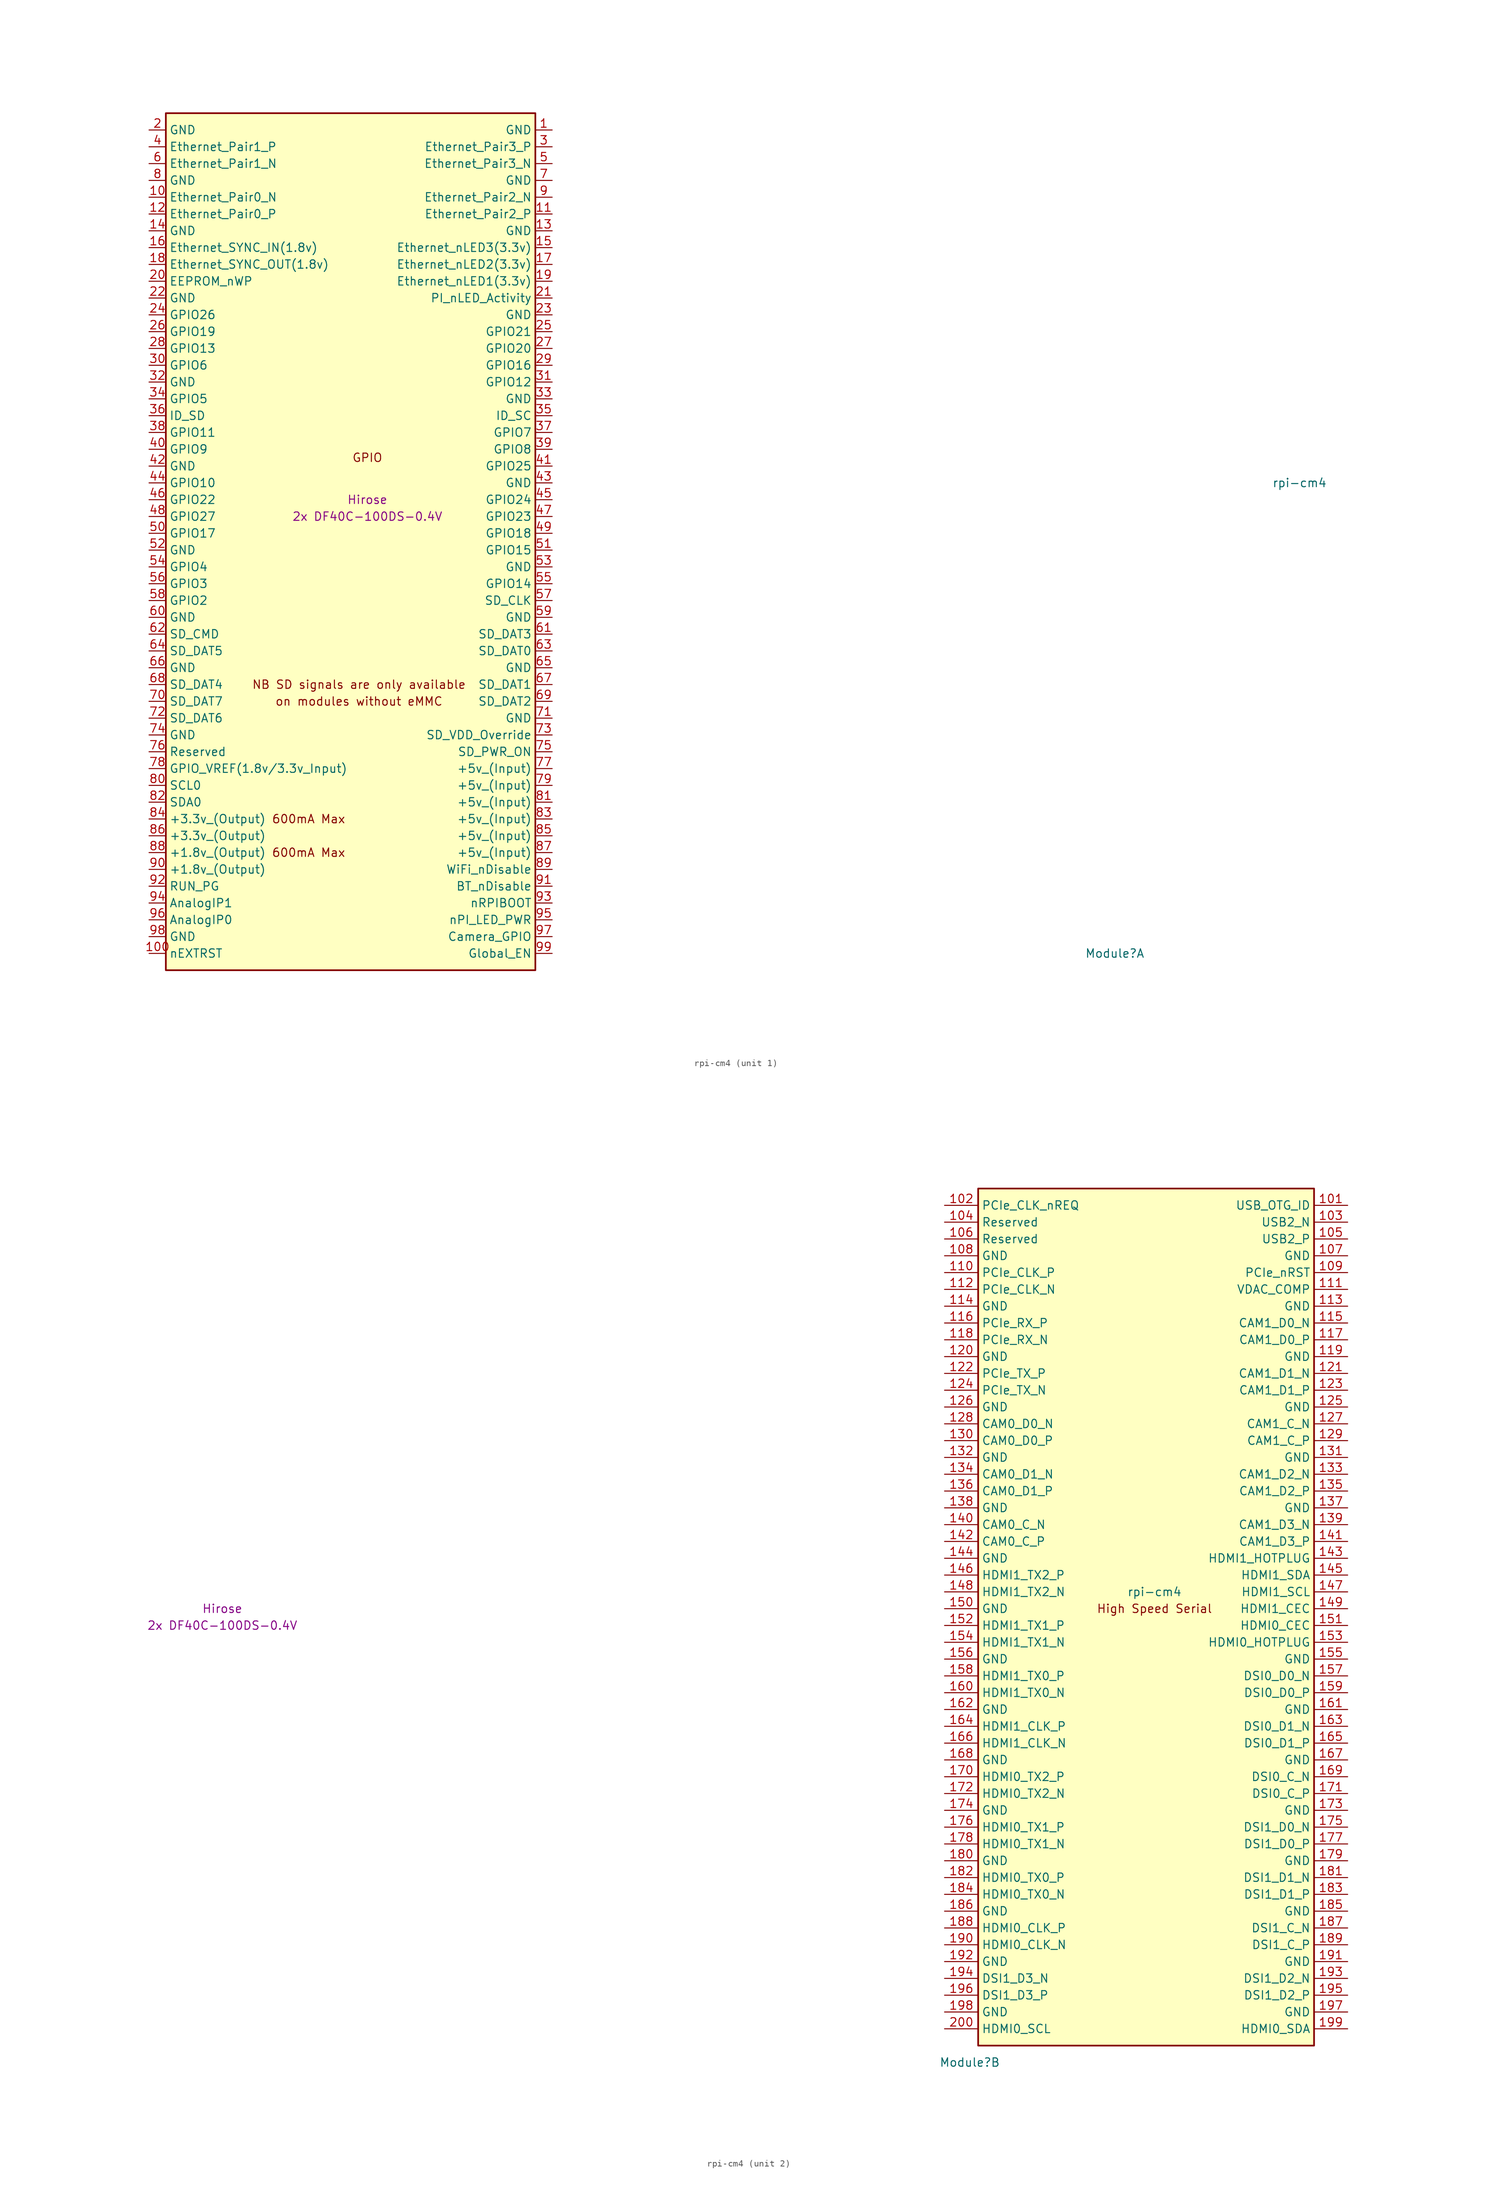
<source format=kicad_sym>
(kicad_symbol_lib
  (version 20241209)
  (generator "kicad_symbol_editor")
  (generator_version "9.0")
  (symbol "rpi-cm4"
    (property "Reference" "Module"
      (at 113.03 -68.58 0)
      (effects (font (size 1.27 1.27))))
    (property "Value" "rpi-cm4"
      (at 140.97 2.54 0)
      (effects (font (size 1.27 1.27))))
    (property "Field4" "Hirose"
      (at 0 0 0)
      (effects (font (size 1.27 1.27))))
    (property "Field5" "2x DF40C-100DS-0.4V"
      (at 0 -2.54 0)
      (effects (font (size 1.27 1.27))))
    (symbol "rpi-cm4_1_0"
      (text "GPIO" (at 0 6.35 0) (effects (font (size 1.27 1.27)))))
    (symbol "rpi-cm4_1_1"
      (rectangle (start -30.48 58.42) (end 25.4 -71.12) (stroke (width 0.254) (type solid)) (fill (type background)))
      (text "600mA Max" (at -8.89 -48.26 0) (effects (font (size 1.27 1.27))))
      (text "600mA Max" (at -8.89 -53.34 0) (effects (font (size 1.27 1.27))))
      (text "NB SD signals are only available" (at -1.27 -27.94 0) (effects (font (size 1.27 1.27))))
      (text "on modules without eMMC" (at -1.27 -30.48 0) (effects (font (size 1.27 1.27))))
      (pin power_in line (at -33.02 55.88 0) (length 2.54) (name "GND" (effects (font (size 1.27 1.27)))) (number "2" (effects (font (size 1.27 1.27)))))
      (pin passive line (at -33.02 53.34 0) (length 2.54) (name "Ethernet_Pair1_P" (effects (font (size 1.27 1.27)))) (number "4" (effects (font (size 1.27 1.27)))))
      (pin passive line (at -33.02 50.8 0) (length 2.54) (name "Ethernet_Pair1_N" (effects (font (size 1.27 1.27)))) (number "6" (effects (font (size 1.27 1.27)))))
      (pin power_in line (at -33.02 48.26 0) (length 2.54) (name "GND" (effects (font (size 1.27 1.27)))) (number "8" (effects (font (size 1.27 1.27)))))
      (pin passive line (at -33.02 45.72 0) (length 2.54) (name "Ethernet_Pair0_N" (effects (font (size 1.27 1.27)))) (number "10" (effects (font (size 1.27 1.27)))))
      (pin passive line (at -33.02 43.18 0) (length 2.54) (name "Ethernet_Pair0_P" (effects (font (size 1.27 1.27)))) (number "12" (effects (font (size 1.27 1.27)))))
      (pin power_in line (at -33.02 40.64 0) (length 2.54) (name "GND" (effects (font (size 1.27 1.27)))) (number "14" (effects (font (size 1.27 1.27)))))
      (pin input line (at -33.02 38.1 0) (length 2.54) (name "Ethernet_SYNC_IN(1.8v)" (effects (font (size 1.27 1.27)))) (number "16" (effects (font (size 1.27 1.27)))))
      (pin input line (at -33.02 35.56 0) (length 2.54) (name "Ethernet_SYNC_OUT(1.8v)" (effects (font (size 1.27 1.27)))) (number "18" (effects (font (size 1.27 1.27)))))
      (pin passive line (at -33.02 33.02 0) (length 2.54) (name "EEPROM_nWP" (effects (font (size 1.27 1.27)))) (number "20" (effects (font (size 1.27 1.27)))))
      (pin power_in line (at -33.02 30.48 0) (length 2.54) (name "GND" (effects (font (size 1.27 1.27)))) (number "22" (effects (font (size 1.27 1.27)))))
      (pin passive line (at -33.02 27.94 0) (length 2.54) (name "GPIO26" (effects (font (size 1.27 1.27)))) (number "24" (effects (font (size 1.27 1.27)))))
      (pin passive line (at -33.02 25.4 0) (length 2.54) (name "GPIO19" (effects (font (size 1.27 1.27)))) (number "26" (effects (font (size 1.27 1.27)))))
      (pin passive line (at -33.02 22.86 0) (length 2.54) (name "GPIO13" (effects (font (size 1.27 1.27)))) (number "28" (effects (font (size 1.27 1.27)))))
      (pin passive line (at -33.02 20.32 0) (length 2.54) (name "GPIO6" (effects (font (size 1.27 1.27)))) (number "30" (effects (font (size 1.27 1.27)))))
      (pin power_in line (at -33.02 17.78 0) (length 2.54) (name "GND" (effects (font (size 1.27 1.27)))) (number "32" (effects (font (size 1.27 1.27)))))
      (pin passive line (at -33.02 15.24 0) (length 2.54) (name "GPIO5" (effects (font (size 1.27 1.27)))) (number "34" (effects (font (size 1.27 1.27)))))
      (pin passive line (at -33.02 12.7 0) (length 2.54) (name "ID_SD" (effects (font (size 1.27 1.27)))) (number "36" (effects (font (size 1.27 1.27)))))
      (pin passive line (at -33.02 10.16 0) (length 2.54) (name "GPIO11" (effects (font (size 1.27 1.27)))) (number "38" (effects (font (size 1.27 1.27)))))
      (pin passive line (at -33.02 7.62 0) (length 2.54) (name "GPIO9" (effects (font (size 1.27 1.27)))) (number "40" (effects (font (size 1.27 1.27)))))
      (pin power_in line (at -33.02 5.08 0) (length 2.54) (name "GND" (effects (font (size 1.27 1.27)))) (number "42" (effects (font (size 1.27 1.27)))))
      (pin passive line (at -33.02 2.54 0) (length 2.54) (name "GPIO10" (effects (font (size 1.27 1.27)))) (number "44" (effects (font (size 1.27 1.27)))))
      (pin passive line (at -33.02 0 0) (length 2.54) (name "GPIO22" (effects (font (size 1.27 1.27)))) (number "46" (effects (font (size 1.27 1.27)))))
      (pin passive line (at -33.02 -2.54 0) (length 2.54) (name "GPIO27" (effects (font (size 1.27 1.27)))) (number "48" (effects (font (size 1.27 1.27)))))
      (pin passive line (at -33.02 -5.08 0) (length 2.54) (name "GPIO17" (effects (font (size 1.27 1.27)))) (number "50" (effects (font (size 1.27 1.27)))))
      (pin power_in line (at -33.02 -7.62 0) (length 2.54) (name "GND" (effects (font (size 1.27 1.27)))) (number "52" (effects (font (size 1.27 1.27)))))
      (pin passive line (at -33.02 -10.16 0) (length 2.54) (name "GPIO4" (effects (font (size 1.27 1.27)))) (number "54" (effects (font (size 1.27 1.27)))))
      (pin passive line (at -33.02 -12.7 0) (length 2.54) (name "GPIO3" (effects (font (size 1.27 1.27)))) (number "56" (effects (font (size 1.27 1.27)))))
      (pin passive line (at -33.02 -15.24 0) (length 2.54) (name "GPIO2" (effects (font (size 1.27 1.27)))) (number "58" (effects (font (size 1.27 1.27)))))
      (pin power_in line (at -33.02 -17.78 0) (length 2.54) (name "GND" (effects (font (size 1.27 1.27)))) (number "60" (effects (font (size 1.27 1.27)))))
      (pin passive line (at -33.02 -20.32 0) (length 2.54) (name "SD_CMD" (effects (font (size 1.27 1.27)))) (number "62" (effects (font (size 1.27 1.27)))))
      (pin passive line (at -33.02 -22.86 0) (length 2.54) (name "SD_DAT5" (effects (font (size 1.27 1.27)))) (number "64" (effects (font (size 1.27 1.27)))))
      (pin power_in line (at -33.02 -25.4 0) (length 2.54) (name "GND" (effects (font (size 1.27 1.27)))) (number "66" (effects (font (size 1.27 1.27)))))
      (pin passive line (at -33.02 -27.94 0) (length 2.54) (name "SD_DAT4" (effects (font (size 1.27 1.27)))) (number "68" (effects (font (size 1.27 1.27)))))
      (pin passive line (at -33.02 -30.48 0) (length 2.54) (name "SD_DAT7" (effects (font (size 1.27 1.27)))) (number "70" (effects (font (size 1.27 1.27)))))
      (pin passive line (at -33.02 -33.02 0) (length 2.54) (name "SD_DAT6" (effects (font (size 1.27 1.27)))) (number "72" (effects (font (size 1.27 1.27)))))
      (pin power_in line (at -33.02 -35.56 0) (length 2.54) (name "GND" (effects (font (size 1.27 1.27)))) (number "74" (effects (font (size 1.27 1.27)))))
      (pin passive line (at -33.02 -38.1 0) (length 2.54) (name "Reserved" (effects (font (size 1.27 1.27)))) (number "76" (effects (font (size 1.27 1.27)))))
      (pin power_in line (at -33.02 -40.64 0) (length 2.54) (name "GPIO_VREF(1.8v/3.3v_Input)" (effects (font (size 1.27 1.27)))) (number "78" (effects (font (size 1.27 1.27)))))
      (pin passive line (at -33.02 -43.18 0) (length 2.54) (name "SCL0" (effects (font (size 1.27 1.27)))) (number "80" (effects (font (size 1.27 1.27)))))
      (pin passive line (at -33.02 -45.72 0) (length 2.54) (name "SDA0" (effects (font (size 1.27 1.27)))) (number "82" (effects (font (size 1.27 1.27)))))
      (pin power_out line (at -33.02 -48.26 0) (length 2.54) (name "+3.3v_(Output)" (effects (font (size 1.27 1.27)))) (number "84" (effects (font (size 1.27 1.27)))))
      (pin power_out line (at -33.02 -50.8 0) (length 2.54) (name "+3.3v_(Output)" (effects (font (size 1.27 1.27)))) (number "86" (effects (font (size 1.27 1.27)))))
      (pin power_out line (at -33.02 -53.34 0) (length 2.54) (name "+1.8v_(Output)" (effects (font (size 1.27 1.27)))) (number "88" (effects (font (size 1.27 1.27)))))
      (pin power_out line (at -33.02 -55.88 0) (length 2.54) (name "+1.8v_(Output)" (effects (font (size 1.27 1.27)))) (number "90" (effects (font (size 1.27 1.27)))))
      (pin passive line (at -33.02 -58.42 0) (length 2.54) (name "RUN_PG" (effects (font (size 1.27 1.27)))) (number "92" (effects (font (size 1.27 1.27)))))
      (pin passive line (at -33.02 -60.96 0) (length 2.54) (name "AnalogIP1" (effects (font (size 1.27 1.27)))) (number "94" (effects (font (size 1.27 1.27)))))
      (pin passive line (at -33.02 -63.5 0) (length 2.54) (name "AnalogIP0" (effects (font (size 1.27 1.27)))) (number "96" (effects (font (size 1.27 1.27)))))
      (pin power_in line (at -33.02 -66.04 0) (length 2.54) (name "GND" (effects (font (size 1.27 1.27)))) (number "98" (effects (font (size 1.27 1.27)))))
      (pin output line (at -33.02 -68.58 0) (length 2.54) (name "nEXTRST" (effects (font (size 1.27 1.27)))) (number "100" (effects (font (size 1.27 1.27)))))
      (pin power_in line (at 27.94 55.88 180) (length 2.54) (name "GND" (effects (font (size 1.27 1.27)))) (number "1" (effects (font (size 1.27 1.27)))))
      (pin passive line (at 27.94 53.34 180) (length 2.54) (name "Ethernet_Pair3_P" (effects (font (size 1.27 1.27)))) (number "3" (effects (font (size 1.27 1.27)))))
      (pin passive line (at 27.94 50.8 180) (length 2.54) (name "Ethernet_Pair3_N" (effects (font (size 1.27 1.27)))) (number "5" (effects (font (size 1.27 1.27)))))
      (pin power_in line (at 27.94 48.26 180) (length 2.54) (name "GND" (effects (font (size 1.27 1.27)))) (number "7" (effects (font (size 1.27 1.27)))))
      (pin passive line (at 27.94 45.72 180) (length 2.54) (name "Ethernet_Pair2_N" (effects (font (size 1.27 1.27)))) (number "9" (effects (font (size 1.27 1.27)))))
      (pin passive line (at 27.94 43.18 180) (length 2.54) (name "Ethernet_Pair2_P" (effects (font (size 1.27 1.27)))) (number "11" (effects (font (size 1.27 1.27)))))
      (pin power_in line (at 27.94 40.64 180) (length 2.54) (name "GND" (effects (font (size 1.27 1.27)))) (number "13" (effects (font (size 1.27 1.27)))))
      (pin output line (at 27.94 38.1 180) (length 2.54) (name "Ethernet_nLED3(3.3v)" (effects (font (size 1.27 1.27)))) (number "15" (effects (font (size 1.27 1.27)))))
      (pin output line (at 27.94 35.56 180) (length 2.54) (name "Ethernet_nLED2(3.3v)" (effects (font (size 1.27 1.27)))) (number "17" (effects (font (size 1.27 1.27)))))
      (pin output line (at 27.94 33.02 180) (length 2.54) (name "Ethernet_nLED1(3.3v)" (effects (font (size 1.27 1.27)))) (number "19" (effects (font (size 1.27 1.27)))))
      (pin open_collector line (at 27.94 30.48 180) (length 2.54) (name "PI_nLED_Activity" (effects (font (size 1.27 1.27)))) (number "21" (effects (font (size 1.27 1.27)))))
      (pin power_in line (at 27.94 27.94 180) (length 2.54) (name "GND" (effects (font (size 1.27 1.27)))) (number "23" (effects (font (size 1.27 1.27)))))
      (pin passive line (at 27.94 25.4 180) (length 2.54) (name "GPIO21" (effects (font (size 1.27 1.27)))) (number "25" (effects (font (size 1.27 1.27)))))
      (pin passive line (at 27.94 22.86 180) (length 2.54) (name "GPIO20" (effects (font (size 1.27 1.27)))) (number "27" (effects (font (size 1.27 1.27)))))
      (pin passive line (at 27.94 20.32 180) (length 2.54) (name "GPIO16" (effects (font (size 1.27 1.27)))) (number "29" (effects (font (size 1.27 1.27)))))
      (pin passive line (at 27.94 17.78 180) (length 2.54) (name "GPIO12" (effects (font (size 1.27 1.27)))) (number "31" (effects (font (size 1.27 1.27)))))
      (pin power_in line (at 27.94 15.24 180) (length 2.54) (name "GND" (effects (font (size 1.27 1.27)))) (number "33" (effects (font (size 1.27 1.27)))))
      (pin passive line (at 27.94 12.7 180) (length 2.54) (name "ID_SC" (effects (font (size 1.27 1.27)))) (number "35" (effects (font (size 1.27 1.27)))))
      (pin passive line (at 27.94 10.16 180) (length 2.54) (name "GPIO7" (effects (font (size 1.27 1.27)))) (number "37" (effects (font (size 1.27 1.27)))))
      (pin passive line (at 27.94 7.62 180) (length 2.54) (name "GPIO8" (effects (font (size 1.27 1.27)))) (number "39" (effects (font (size 1.27 1.27)))))
      (pin passive line (at 27.94 5.08 180) (length 2.54) (name "GPIO25" (effects (font (size 1.27 1.27)))) (number "41" (effects (font (size 1.27 1.27)))))
      (pin power_in line (at 27.94 2.54 180) (length 2.54) (name "GND" (effects (font (size 1.27 1.27)))) (number "43" (effects (font (size 1.27 1.27)))))
      (pin passive line (at 27.94 0 180) (length 2.54) (name "GPIO24" (effects (font (size 1.27 1.27)))) (number "45" (effects (font (size 1.27 1.27)))))
      (pin passive line (at 27.94 -2.54 180) (length 2.54) (name "GPIO23" (effects (font (size 1.27 1.27)))) (number "47" (effects (font (size 1.27 1.27)))))
      (pin passive line (at 27.94 -5.08 180) (length 2.54) (name "GPIO18" (effects (font (size 1.27 1.27)))) (number "49" (effects (font (size 1.27 1.27)))))
      (pin passive line (at 27.94 -7.62 180) (length 2.54) (name "GPIO15" (effects (font (size 1.27 1.27)))) (number "51" (effects (font (size 1.27 1.27)))))
      (pin power_in line (at 27.94 -10.16 180) (length 2.54) (name "GND" (effects (font (size 1.27 1.27)))) (number "53" (effects (font (size 1.27 1.27)))))
      (pin passive line (at 27.94 -12.7 180) (length 2.54) (name "GPIO14" (effects (font (size 1.27 1.27)))) (number "55" (effects (font (size 1.27 1.27)))))
      (pin passive line (at 27.94 -15.24 180) (length 2.54) (name "SD_CLK" (effects (font (size 1.27 1.27)))) (number "57" (effects (font (size 1.27 1.27)))))
      (pin power_in line (at 27.94 -17.78 180) (length 2.54) (name "GND" (effects (font (size 1.27 1.27)))) (number "59" (effects (font (size 1.27 1.27)))))
      (pin passive line (at 27.94 -20.32 180) (length 2.54) (name "SD_DAT3" (effects (font (size 1.27 1.27)))) (number "61" (effects (font (size 1.27 1.27)))))
      (pin passive line (at 27.94 -22.86 180) (length 2.54) (name "SD_DAT0" (effects (font (size 1.27 1.27)))) (number "63" (effects (font (size 1.27 1.27)))))
      (pin power_in line (at 27.94 -25.4 180) (length 2.54) (name "GND" (effects (font (size 1.27 1.27)))) (number "65" (effects (font (size 1.27 1.27)))))
      (pin passive line (at 27.94 -27.94 180) (length 2.54) (name "SD_DAT1" (effects (font (size 1.27 1.27)))) (number "67" (effects (font (size 1.27 1.27)))))
      (pin passive line (at 27.94 -30.48 180) (length 2.54) (name "SD_DAT2" (effects (font (size 1.27 1.27)))) (number "69" (effects (font (size 1.27 1.27)))))
      (pin power_in line (at 27.94 -33.02 180) (length 2.54) (name "GND" (effects (font (size 1.27 1.27)))) (number "71" (effects (font (size 1.27 1.27)))))
      (pin input line (at 27.94 -35.56 180) (length 2.54) (name "SD_VDD_Override" (effects (font (size 1.27 1.27)))) (number "73" (effects (font (size 1.27 1.27)))))
      (pin output line (at 27.94 -38.1 180) (length 2.54) (name "SD_PWR_ON" (effects (font (size 1.27 1.27)))) (number "75" (effects (font (size 1.27 1.27)))))
      (pin power_in line (at 27.94 -40.64 180) (length 2.54) (name "+5v_(Input)" (effects (font (size 1.27 1.27)))) (number "77" (effects (font (size 1.27 1.27)))))
      (pin power_in line (at 27.94 -43.18 180) (length 2.54) (name "+5v_(Input)" (effects (font (size 1.27 1.27)))) (number "79" (effects (font (size 1.27 1.27)))))
      (pin power_in line (at 27.94 -45.72 180) (length 2.54) (name "+5v_(Input)" (effects (font (size 1.27 1.27)))) (number "81" (effects (font (size 1.27 1.27)))))
      (pin power_in line (at 27.94 -48.26 180) (length 2.54) (name "+5v_(Input)" (effects (font (size 1.27 1.27)))) (number "83" (effects (font (size 1.27 1.27)))))
      (pin power_in line (at 27.94 -50.8 180) (length 2.54) (name "+5v_(Input)" (effects (font (size 1.27 1.27)))) (number "85" (effects (font (size 1.27 1.27)))))
      (pin power_in line (at 27.94 -53.34 180) (length 2.54) (name "+5v_(Input)" (effects (font (size 1.27 1.27)))) (number "87" (effects (font (size 1.27 1.27)))))
      (pin power_in line (at 27.94 -55.88 180) (length 2.54) (name "WiFi_nDisable" (effects (font (size 1.27 1.27)))) (number "89" (effects (font (size 1.27 1.27)))))
      (pin power_in line (at 27.94 -58.42 180) (length 2.54) (name "BT_nDisable" (effects (font (size 1.27 1.27)))) (number "91" (effects (font (size 1.27 1.27)))))
      (pin input line (at 27.94 -60.96 180) (length 2.54) (name "nRPIBOOT" (effects (font (size 1.27 1.27)))) (number "93" (effects (font (size 1.27 1.27)))))
      (pin output line (at 27.94 -63.5 180) (length 2.54) (name "nPI_LED_PWR" (effects (font (size 1.27 1.27)))) (number "95" (effects (font (size 1.27 1.27)))))
      (pin passive line (at 27.94 -66.04 180) (length 2.54) (name "Camera_GPIO" (effects (font (size 1.27 1.27)))) (number "97" (effects (font (size 1.27 1.27)))))
      (pin input line (at 27.94 -68.58 180) (length 2.54) (name "Global_EN" (effects (font (size 1.27 1.27)))) (number "99" (effects (font (size 1.27 1.27))))))
    (symbol "rpi-cm4_2_1"
      (rectangle (start 114.3 63.5) (end 165.1 -66.04) (stroke (width 0.254) (type solid)) (fill (type background)))
      (text "High Speed Serial" (at 140.97 0 0) (effects (font (size 1.27 1.27))))
      (pin input line (at 109.22 60.96 0) (length 5.08) (name "PCIe_CLK_nREQ" (effects (font (size 1.27 1.27)))) (number "102" (effects (font (size 1.27 1.27)))))
      (pin passive line (at 109.22 58.42 0) (length 5.08) (name "Reserved" (effects (font (size 1.27 1.27)))) (number "104" (effects (font (size 1.27 1.27)))))
      (pin passive line (at 109.22 55.88 0) (length 5.08) (name "Reserved" (effects (font (size 1.27 1.27)))) (number "106" (effects (font (size 1.27 1.27)))))
      (pin power_in line (at 109.22 53.34 0) (length 5.08) (name "GND" (effects (font (size 1.27 1.27)))) (number "108" (effects (font (size 1.27 1.27)))))
      (pin output line (at 109.22 50.8 0) (length 5.08) (name "PCIe_CLK_P" (effects (font (size 1.27 1.27)))) (number "110" (effects (font (size 1.27 1.27)))))
      (pin output line (at 109.22 48.26 0) (length 5.08) (name "PCIe_CLK_N" (effects (font (size 1.27 1.27)))) (number "112" (effects (font (size 1.27 1.27)))))
      (pin power_in line (at 109.22 45.72 0) (length 5.08) (name "GND" (effects (font (size 1.27 1.27)))) (number "114" (effects (font (size 1.27 1.27)))))
      (pin input line (at 109.22 43.18 0) (length 5.08) (name "PCIe_RX_P" (effects (font (size 1.27 1.27)))) (number "116" (effects (font (size 1.27 1.27)))))
      (pin input line (at 109.22 40.64 0) (length 5.08) (name "PCIe_RX_N" (effects (font (size 1.27 1.27)))) (number "118" (effects (font (size 1.27 1.27)))))
      (pin power_in line (at 109.22 38.1 0) (length 5.08) (name "GND" (effects (font (size 1.27 1.27)))) (number "120" (effects (font (size 1.27 1.27)))))
      (pin output line (at 109.22 35.56 0) (length 5.08) (name "PCIe_TX_P" (effects (font (size 1.27 1.27)))) (number "122" (effects (font (size 1.27 1.27)))))
      (pin output line (at 109.22 33.02 0) (length 5.08) (name "PCIe_TX_N" (effects (font (size 1.27 1.27)))) (number "124" (effects (font (size 1.27 1.27)))))
      (pin power_in line (at 109.22 30.48 0) (length 5.08) (name "GND" (effects (font (size 1.27 1.27)))) (number "126" (effects (font (size 1.27 1.27)))))
      (pin input line (at 109.22 27.94 0) (length 5.08) (name "CAM0_D0_N" (effects (font (size 1.27 1.27)))) (number "128" (effects (font (size 1.27 1.27)))))
      (pin input line (at 109.22 25.4 0) (length 5.08) (name "CAM0_D0_P" (effects (font (size 1.27 1.27)))) (number "130" (effects (font (size 1.27 1.27)))))
      (pin power_in line (at 109.22 22.86 0) (length 5.08) (name "GND" (effects (font (size 1.27 1.27)))) (number "132" (effects (font (size 1.27 1.27)))))
      (pin input line (at 109.22 20.32 0) (length 5.08) (name "CAM0_D1_N" (effects (font (size 1.27 1.27)))) (number "134" (effects (font (size 1.27 1.27)))))
      (pin input line (at 109.22 17.78 0) (length 5.08) (name "CAM0_D1_P" (effects (font (size 1.27 1.27)))) (number "136" (effects (font (size 1.27 1.27)))))
      (pin power_in line (at 109.22 15.24 0) (length 5.08) (name "GND" (effects (font (size 1.27 1.27)))) (number "138" (effects (font (size 1.27 1.27)))))
      (pin input line (at 109.22 12.7 0) (length 5.08) (name "CAM0_C_N" (effects (font (size 1.27 1.27)))) (number "140" (effects (font (size 1.27 1.27)))))
      (pin input line (at 109.22 10.16 0) (length 5.08) (name "CAM0_C_P" (effects (font (size 1.27 1.27)))) (number "142" (effects (font (size 1.27 1.27)))))
      (pin power_in line (at 109.22 7.62 0) (length 5.08) (name "GND" (effects (font (size 1.27 1.27)))) (number "144" (effects (font (size 1.27 1.27)))))
      (pin output line (at 109.22 5.08 0) (length 5.08) (name "HDMI1_TX2_P" (effects (font (size 1.27 1.27)))) (number "146" (effects (font (size 1.27 1.27)))))
      (pin output line (at 109.22 2.54 0) (length 5.08) (name "HDMI1_TX2_N" (effects (font (size 1.27 1.27)))) (number "148" (effects (font (size 1.27 1.27)))))
      (pin power_in line (at 109.22 0 0) (length 5.08) (name "GND" (effects (font (size 1.27 1.27)))) (number "150" (effects (font (size 1.27 1.27)))))
      (pin output line (at 109.22 -2.54 0) (length 5.08) (name "HDMI1_TX1_P" (effects (font (size 1.27 1.27)))) (number "152" (effects (font (size 1.27 1.27)))))
      (pin output line (at 109.22 -5.08 0) (length 5.08) (name "HDMI1_TX1_N" (effects (font (size 1.27 1.27)))) (number "154" (effects (font (size 1.27 1.27)))))
      (pin power_in line (at 109.22 -7.62 0) (length 5.08) (name "GND" (effects (font (size 1.27 1.27)))) (number "156" (effects (font (size 1.27 1.27)))))
      (pin output line (at 109.22 -10.16 0) (length 5.08) (name "HDMI1_TX0_P" (effects (font (size 1.27 1.27)))) (number "158" (effects (font (size 1.27 1.27)))))
      (pin output line (at 109.22 -12.7 0) (length 5.08) (name "HDMI1_TX0_N" (effects (font (size 1.27 1.27)))) (number "160" (effects (font (size 1.27 1.27)))))
      (pin power_in line (at 109.22 -15.24 0) (length 5.08) (name "GND" (effects (font (size 1.27 1.27)))) (number "162" (effects (font (size 1.27 1.27)))))
      (pin output line (at 109.22 -17.78 0) (length 5.08) (name "HDMI1_CLK_P" (effects (font (size 1.27 1.27)))) (number "164" (effects (font (size 1.27 1.27)))))
      (pin output line (at 109.22 -20.32 0) (length 5.08) (name "HDMI1_CLK_N" (effects (font (size 1.27 1.27)))) (number "166" (effects (font (size 1.27 1.27)))))
      (pin power_in line (at 109.22 -22.86 0) (length 5.08) (name "GND" (effects (font (size 1.27 1.27)))) (number "168" (effects (font (size 1.27 1.27)))))
      (pin output line (at 109.22 -25.4 0) (length 5.08) (name "HDMI0_TX2_P" (effects (font (size 1.27 1.27)))) (number "170" (effects (font (size 1.27 1.27)))))
      (pin output line (at 109.22 -27.94 0) (length 5.08) (name "HDMI0_TX2_N" (effects (font (size 1.27 1.27)))) (number "172" (effects (font (size 1.27 1.27)))))
      (pin power_in line (at 109.22 -30.48 0) (length 5.08) (name "GND" (effects (font (size 1.27 1.27)))) (number "174" (effects (font (size 1.27 1.27)))))
      (pin output line (at 109.22 -33.02 0) (length 5.08) (name "HDMI0_TX1_P" (effects (font (size 1.27 1.27)))) (number "176" (effects (font (size 1.27 1.27)))))
      (pin output line (at 109.22 -35.56 0) (length 5.08) (name "HDMI0_TX1_N" (effects (font (size 1.27 1.27)))) (number "178" (effects (font (size 1.27 1.27)))))
      (pin power_in line (at 109.22 -38.1 0) (length 5.08) (name "GND" (effects (font (size 1.27 1.27)))) (number "180" (effects (font (size 1.27 1.27)))))
      (pin output line (at 109.22 -40.64 0) (length 5.08) (name "HDMI0_TX0_P" (effects (font (size 1.27 1.27)))) (number "182" (effects (font (size 1.27 1.27)))))
      (pin output line (at 109.22 -43.18 0) (length 5.08) (name "HDMI0_TX0_N" (effects (font (size 1.27 1.27)))) (number "184" (effects (font (size 1.27 1.27)))))
      (pin power_in line (at 109.22 -45.72 0) (length 5.08) (name "GND" (effects (font (size 1.27 1.27)))) (number "186" (effects (font (size 1.27 1.27)))))
      (pin output line (at 109.22 -48.26 0) (length 5.08) (name "HDMI0_CLK_P" (effects (font (size 1.27 1.27)))) (number "188" (effects (font (size 1.27 1.27)))))
      (pin output line (at 109.22 -50.8 0) (length 5.08) (name "HDMI0_CLK_N" (effects (font (size 1.27 1.27)))) (number "190" (effects (font (size 1.27 1.27)))))
      (pin power_in line (at 109.22 -53.34 0) (length 5.08) (name "GND" (effects (font (size 1.27 1.27)))) (number "192" (effects (font (size 1.27 1.27)))))
      (pin output line (at 109.22 -55.88 0) (length 5.08) (name "DSI1_D3_N" (effects (font (size 1.27 1.27)))) (number "194" (effects (font (size 1.27 1.27)))))
      (pin output line (at 109.22 -58.42 0) (length 5.08) (name "DSI1_D3_P" (effects (font (size 1.27 1.27)))) (number "196" (effects (font (size 1.27 1.27)))))
      (pin power_in line (at 109.22 -60.96 0) (length 5.08) (name "GND" (effects (font (size 1.27 1.27)))) (number "198" (effects (font (size 1.27 1.27)))))
      (pin open_collector line (at 109.22 -63.5 0) (length 5.08) (name "HDMI0_SCL" (effects (font (size 1.27 1.27)))) (number "200" (effects (font (size 1.27 1.27)))))
      (pin input line (at 170.18 60.96 180) (length 5.08) (name "USB_OTG_ID" (effects (font (size 1.27 1.27)))) (number "101" (effects (font (size 1.27 1.27)))))
      (pin passive line (at 170.18 58.42 180) (length 5.08) (name "USB2_N" (effects (font (size 1.27 1.27)))) (number "103" (effects (font (size 1.27 1.27)))))
      (pin passive line (at 170.18 55.88 180) (length 5.08) (name "USB2_P" (effects (font (size 1.27 1.27)))) (number "105" (effects (font (size 1.27 1.27)))))
      (pin power_in line (at 170.18 53.34 180) (length 5.08) (name "GND" (effects (font (size 1.27 1.27)))) (number "107" (effects (font (size 1.27 1.27)))))
      (pin bidirectional line (at 170.18 50.8 180) (length 5.08) (name "PCIe_nRST" (effects (font (size 1.27 1.27)))) (number "109" (effects (font (size 1.27 1.27)))))
      (pin passive line (at 170.18 48.26 180) (length 5.08) (name "VDAC_COMP" (effects (font (size 1.27 1.27)))) (number "111" (effects (font (size 1.27 1.27)))))
      (pin power_in line (at 170.18 45.72 180) (length 5.08) (name "GND" (effects (font (size 1.27 1.27)))) (number "113" (effects (font (size 1.27 1.27)))))
      (pin input line (at 170.18 43.18 180) (length 5.08) (name "CAM1_D0_N" (effects (font (size 1.27 1.27)))) (number "115" (effects (font (size 1.27 1.27)))))
      (pin input line (at 170.18 40.64 180) (length 5.08) (name "CAM1_D0_P" (effects (font (size 1.27 1.27)))) (number "117" (effects (font (size 1.27 1.27)))))
      (pin power_in line (at 170.18 38.1 180) (length 5.08) (name "GND" (effects (font (size 1.27 1.27)))) (number "119" (effects (font (size 1.27 1.27)))))
      (pin input line (at 170.18 35.56 180) (length 5.08) (name "CAM1_D1_N" (effects (font (size 1.27 1.27)))) (number "121" (effects (font (size 1.27 1.27)))))
      (pin input line (at 170.18 33.02 180) (length 5.08) (name "CAM1_D1_P" (effects (font (size 1.27 1.27)))) (number "123" (effects (font (size 1.27 1.27)))))
      (pin power_in line (at 170.18 30.48 180) (length 5.08) (name "GND" (effects (font (size 1.27 1.27)))) (number "125" (effects (font (size 1.27 1.27)))))
      (pin input line (at 170.18 27.94 180) (length 5.08) (name "CAM1_C_N" (effects (font (size 1.27 1.27)))) (number "127" (effects (font (size 1.27 1.27)))))
      (pin input line (at 170.18 25.4 180) (length 5.08) (name "CAM1_C_P" (effects (font (size 1.27 1.27)))) (number "129" (effects (font (size 1.27 1.27)))))
      (pin power_in line (at 170.18 22.86 180) (length 5.08) (name "GND" (effects (font (size 1.27 1.27)))) (number "131" (effects (font (size 1.27 1.27)))))
      (pin input line (at 170.18 20.32 180) (length 5.08) (name "CAM1_D2_N" (effects (font (size 1.27 1.27)))) (number "133" (effects (font (size 1.27 1.27)))))
      (pin input line (at 170.18 17.78 180) (length 5.08) (name "CAM1_D2_P" (effects (font (size 1.27 1.27)))) (number "135" (effects (font (size 1.27 1.27)))))
      (pin power_in line (at 170.18 15.24 180) (length 5.08) (name "GND" (effects (font (size 1.27 1.27)))) (number "137" (effects (font (size 1.27 1.27)))))
      (pin input line (at 170.18 12.7 180) (length 5.08) (name "CAM1_D3_N" (effects (font (size 1.27 1.27)))) (number "139" (effects (font (size 1.27 1.27)))))
      (pin input line (at 170.18 10.16 180) (length 5.08) (name "CAM1_D3_P" (effects (font (size 1.27 1.27)))) (number "141" (effects (font (size 1.27 1.27)))))
      (pin input line (at 170.18 7.62 180) (length 5.08) (name "HDMI1_HOTPLUG" (effects (font (size 1.27 1.27)))) (number "143" (effects (font (size 1.27 1.27)))))
      (pin bidirectional line (at 170.18 5.08 180) (length 5.08) (name "HDMI1_SDA" (effects (font (size 1.27 1.27)))) (number "145" (effects (font (size 1.27 1.27)))))
      (pin open_collector line (at 170.18 2.54 180) (length 5.08) (name "HDMI1_SCL" (effects (font (size 1.27 1.27)))) (number "147" (effects (font (size 1.27 1.27)))))
      (pin open_collector line (at 170.18 0 180) (length 5.08) (name "HDMI1_CEC" (effects (font (size 1.27 1.27)))) (number "149" (effects (font (size 1.27 1.27)))))
      (pin open_collector line (at 170.18 -2.54 180) (length 5.08) (name "HDMI0_CEC" (effects (font (size 1.27 1.27)))) (number "151" (effects (font (size 1.27 1.27)))))
      (pin input line (at 170.18 -5.08 180) (length 5.08) (name "HDMI0_HOTPLUG" (effects (font (size 1.27 1.27)))) (number "153" (effects (font (size 1.27 1.27)))))
      (pin power_in line (at 170.18 -7.62 180) (length 5.08) (name "GND" (effects (font (size 1.27 1.27)))) (number "155" (effects (font (size 1.27 1.27)))))
      (pin output line (at 170.18 -10.16 180) (length 5.08) (name "DSI0_D0_N" (effects (font (size 1.27 1.27)))) (number "157" (effects (font (size 1.27 1.27)))))
      (pin output line (at 170.18 -12.7 180) (length 5.08) (name "DSI0_D0_P" (effects (font (size 1.27 1.27)))) (number "159" (effects (font (size 1.27 1.27)))))
      (pin power_in line (at 170.18 -15.24 180) (length 5.08) (name "GND" (effects (font (size 1.27 1.27)))) (number "161" (effects (font (size 1.27 1.27)))))
      (pin output line (at 170.18 -17.78 180) (length 5.08) (name "DSI0_D1_N" (effects (font (size 1.27 1.27)))) (number "163" (effects (font (size 1.27 1.27)))))
      (pin output line (at 170.18 -20.32 180) (length 5.08) (name "DSI0_D1_P" (effects (font (size 1.27 1.27)))) (number "165" (effects (font (size 1.27 1.27)))))
      (pin power_in line (at 170.18 -22.86 180) (length 5.08) (name "GND" (effects (font (size 1.27 1.27)))) (number "167" (effects (font (size 1.27 1.27)))))
      (pin output line (at 170.18 -25.4 180) (length 5.08) (name "DSI0_C_N" (effects (font (size 1.27 1.27)))) (number "169" (effects (font (size 1.27 1.27)))))
      (pin output line (at 170.18 -27.94 180) (length 5.08) (name "DSI0_C_P" (effects (font (size 1.27 1.27)))) (number "171" (effects (font (size 1.27 1.27)))))
      (pin power_in line (at 170.18 -30.48 180) (length 5.08) (name "GND" (effects (font (size 1.27 1.27)))) (number "173" (effects (font (size 1.27 1.27)))))
      (pin output line (at 170.18 -33.02 180) (length 5.08) (name "DSI1_D0_N" (effects (font (size 1.27 1.27)))) (number "175" (effects (font (size 1.27 1.27)))))
      (pin output line (at 170.18 -35.56 180) (length 5.08) (name "DSI1_D0_P" (effects (font (size 1.27 1.27)))) (number "177" (effects (font (size 1.27 1.27)))))
      (pin power_in line (at 170.18 -38.1 180) (length 5.08) (name "GND" (effects (font (size 1.27 1.27)))) (number "179" (effects (font (size 1.27 1.27)))))
      (pin output line (at 170.18 -40.64 180) (length 5.08) (name "DSI1_D1_N" (effects (font (size 1.27 1.27)))) (number "181" (effects (font (size 1.27 1.27)))))
      (pin output line (at 170.18 -43.18 180) (length 5.08) (name "DSI1_D1_P" (effects (font (size 1.27 1.27)))) (number "183" (effects (font (size 1.27 1.27)))))
      (pin power_in line (at 170.18 -45.72 180) (length 5.08) (name "GND" (effects (font (size 1.27 1.27)))) (number "185" (effects (font (size 1.27 1.27)))))
      (pin output line (at 170.18 -48.26 180) (length 5.08) (name "DSI1_C_N" (effects (font (size 1.27 1.27)))) (number "187" (effects (font (size 1.27 1.27)))))
      (pin output line (at 170.18 -50.8 180) (length 5.08) (name "DSI1_C_P" (effects (font (size 1.27 1.27)))) (number "189" (effects (font (size 1.27 1.27)))))
      (pin power_in line (at 170.18 -53.34 180) (length 5.08) (name "GND" (effects (font (size 1.27 1.27)))) (number "191" (effects (font (size 1.27 1.27)))))
      (pin output line (at 170.18 -55.88 180) (length 5.08) (name "DSI1_D2_N" (effects (font (size 1.27 1.27)))) (number "193" (effects (font (size 1.27 1.27)))))
      (pin output line (at 170.18 -58.42 180) (length 5.08) (name "DSI1_D2_P" (effects (font (size 1.27 1.27)))) (number "195" (effects (font (size 1.27 1.27)))))
      (pin power_in line (at 170.18 -60.96 180) (length 5.08) (name "GND" (effects (font (size 1.27 1.27)))) (number "197" (effects (font (size 1.27 1.27)))))
      (pin bidirectional line (at 170.18 -63.5 180) (length 5.08) (name "HDMI0_SDA" (effects (font (size 1.27 1.27)))) (number "199" (effects (font (size 1.27 1.27))))))))
</source>
